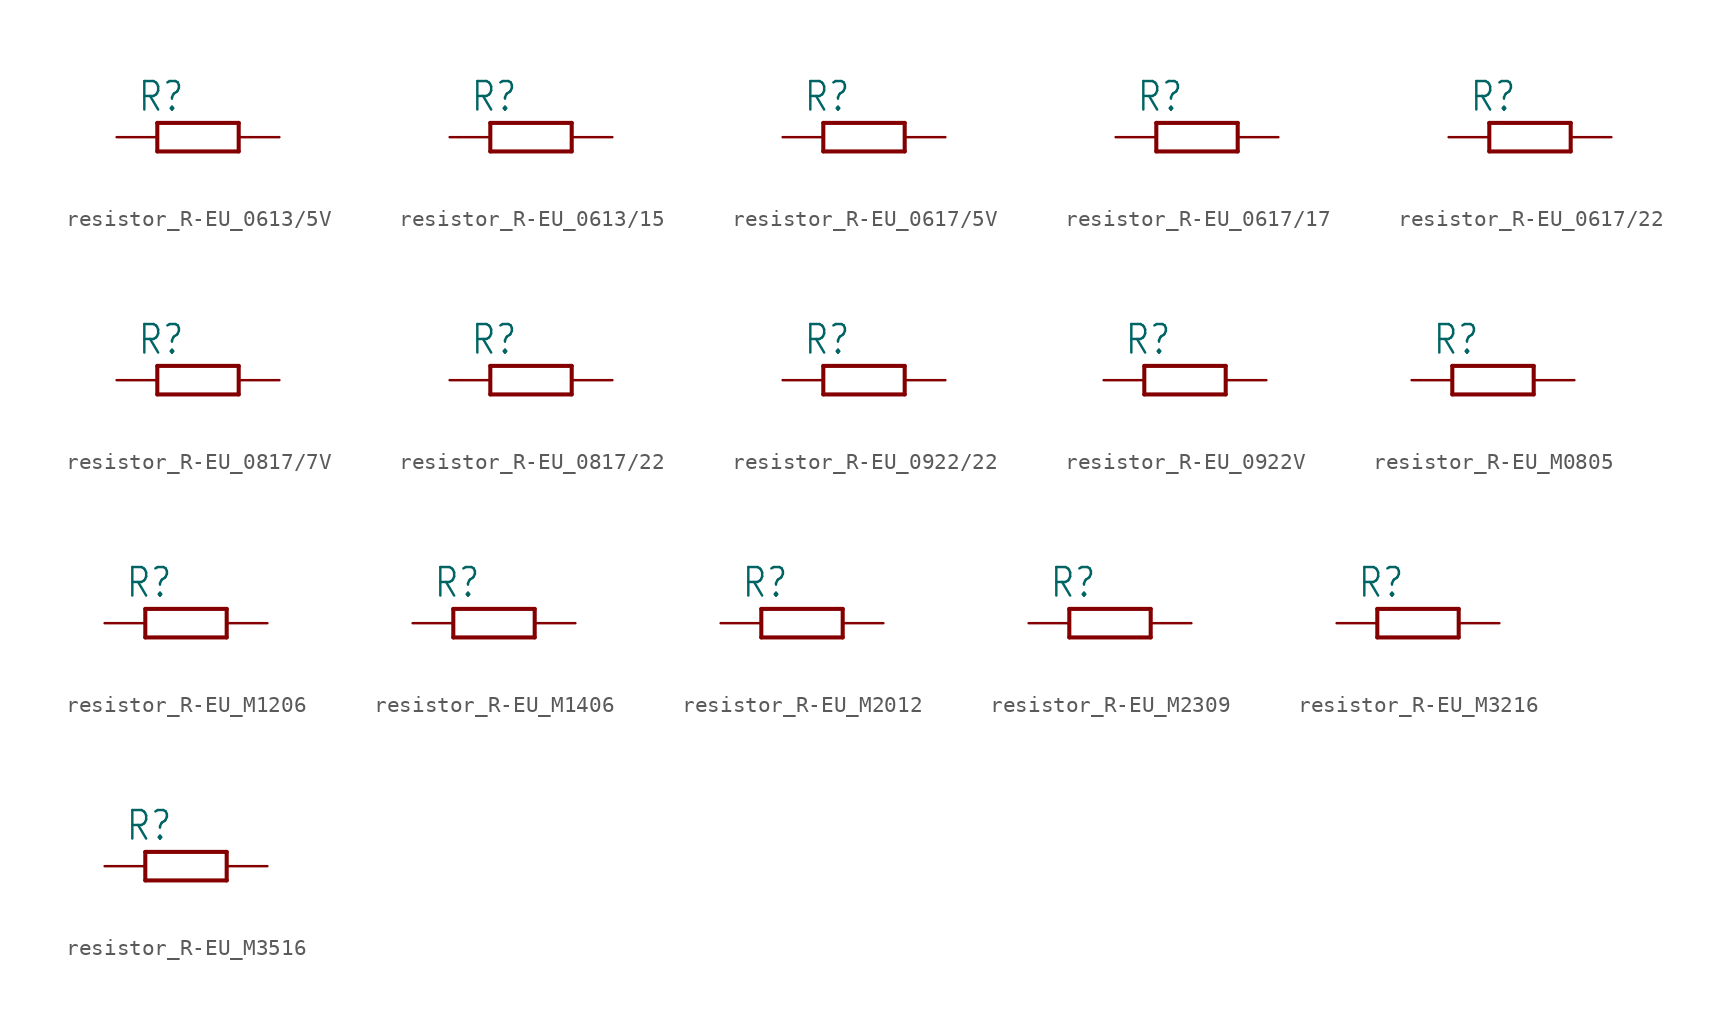
<source format=kicad_sym>
(kicad_symbol_lib
  (version 20241209)
  (generator "kicad_symbol_editor")
  (generator_version "9.0")
  (symbol "resistor_R-EU_0613/5V"
    (property "Reference" "R"
      (at -3.81 1.499 0)
      (effects (font (size 1.778 1.511)) (justify left bottom)))
    (property "Value" ""
      (at -3.81 -3.302 0)
      (effects (font (size 1.778 1.511)) (justify left bottom)))
    (property "ki_locked" ""
      (at 0 0 0)
      (effects (font (size 1.27 1.27))))
    (symbol "resistor_R-EU_0613/5V_1_0"
      (polyline (pts (xy -2.54 -0.889) (xy -2.54 0.889)) (stroke (width 0.254) (type solid)) (fill (type none)))
      (polyline (pts (xy -2.54 -0.889) (xy 2.54 -0.889)) (stroke (width 0.254) (type solid)) (fill (type none)))
      (polyline (pts (xy 2.54 0.889) (xy -2.54 0.889)) (stroke (width 0.254) (type solid)) (fill (type none)))
      (polyline (pts (xy 2.54 -0.889) (xy 2.54 0.889)) (stroke (width 0.254) (type solid)) (fill (type none)))
      (pin passive line (at -5.08 0 0) (length 2.54) (name "1" (effects (font (size 0 0)))) (number "1" (effects (font (size 0 0)))))
      (pin passive line (at 5.08 0 180) (length 2.54) (name "2" (effects (font (size 0 0)))) (number "2" (effects (font (size 0 0)))))))
  (symbol "resistor_R-EU_0613/15"
    (property "Reference" "R"
      (at -3.81 1.499 0)
      (effects (font (size 1.778 1.511)) (justify left bottom)))
    (property "Value" ""
      (at -3.81 -3.302 0)
      (effects (font (size 1.778 1.511)) (justify left bottom)))
    (property "ki_locked" ""
      (at 0 0 0)
      (effects (font (size 1.27 1.27))))
    (symbol "resistor_R-EU_0613/15_1_0"
      (polyline (pts (xy -2.54 -0.889) (xy -2.54 0.889)) (stroke (width 0.254) (type solid)) (fill (type none)))
      (polyline (pts (xy -2.54 -0.889) (xy 2.54 -0.889)) (stroke (width 0.254) (type solid)) (fill (type none)))
      (polyline (pts (xy 2.54 0.889) (xy -2.54 0.889)) (stroke (width 0.254) (type solid)) (fill (type none)))
      (polyline (pts (xy 2.54 -0.889) (xy 2.54 0.889)) (stroke (width 0.254) (type solid)) (fill (type none)))
      (pin passive line (at -5.08 0 0) (length 2.54) (name "1" (effects (font (size 0 0)))) (number "1" (effects (font (size 0 0)))))
      (pin passive line (at 5.08 0 180) (length 2.54) (name "2" (effects (font (size 0 0)))) (number "2" (effects (font (size 0 0)))))))
  (symbol "resistor_R-EU_0617/5V"
    (property "Reference" "R"
      (at -3.81 1.499 0)
      (effects (font (size 1.778 1.511)) (justify left bottom)))
    (property "Value" ""
      (at -3.81 -3.302 0)
      (effects (font (size 1.778 1.511)) (justify left bottom)))
    (property "ki_locked" ""
      (at 0 0 0)
      (effects (font (size 1.27 1.27))))
    (symbol "resistor_R-EU_0617/5V_1_0"
      (polyline (pts (xy -2.54 -0.889) (xy -2.54 0.889)) (stroke (width 0.254) (type solid)) (fill (type none)))
      (polyline (pts (xy -2.54 -0.889) (xy 2.54 -0.889)) (stroke (width 0.254) (type solid)) (fill (type none)))
      (polyline (pts (xy 2.54 0.889) (xy -2.54 0.889)) (stroke (width 0.254) (type solid)) (fill (type none)))
      (polyline (pts (xy 2.54 -0.889) (xy 2.54 0.889)) (stroke (width 0.254) (type solid)) (fill (type none)))
      (pin passive line (at -5.08 0 0) (length 2.54) (name "1" (effects (font (size 0 0)))) (number "1" (effects (font (size 0 0)))))
      (pin passive line (at 5.08 0 180) (length 2.54) (name "2" (effects (font (size 0 0)))) (number "2" (effects (font (size 0 0)))))))
  (symbol "resistor_R-EU_0617/17"
    (property "Reference" "R"
      (at -3.81 1.499 0)
      (effects (font (size 1.778 1.511)) (justify left bottom)))
    (property "Value" ""
      (at -3.81 -3.302 0)
      (effects (font (size 1.778 1.511)) (justify left bottom)))
    (property "ki_locked" ""
      (at 0 0 0)
      (effects (font (size 1.27 1.27))))
    (symbol "resistor_R-EU_0617/17_1_0"
      (polyline (pts (xy -2.54 -0.889) (xy -2.54 0.889)) (stroke (width 0.254) (type solid)) (fill (type none)))
      (polyline (pts (xy -2.54 -0.889) (xy 2.54 -0.889)) (stroke (width 0.254) (type solid)) (fill (type none)))
      (polyline (pts (xy 2.54 0.889) (xy -2.54 0.889)) (stroke (width 0.254) (type solid)) (fill (type none)))
      (polyline (pts (xy 2.54 -0.889) (xy 2.54 0.889)) (stroke (width 0.254) (type solid)) (fill (type none)))
      (pin passive line (at -5.08 0 0) (length 2.54) (name "1" (effects (font (size 0 0)))) (number "1" (effects (font (size 0 0)))))
      (pin passive line (at 5.08 0 180) (length 2.54) (name "2" (effects (font (size 0 0)))) (number "2" (effects (font (size 0 0)))))))
  (symbol "resistor_R-EU_0617/22"
    (property "Reference" "R"
      (at -3.81 1.499 0)
      (effects (font (size 1.778 1.511)) (justify left bottom)))
    (property "Value" ""
      (at -3.81 -3.302 0)
      (effects (font (size 1.778 1.511)) (justify left bottom)))
    (property "ki_locked" ""
      (at 0 0 0)
      (effects (font (size 1.27 1.27))))
    (symbol "resistor_R-EU_0617/22_1_0"
      (polyline (pts (xy -2.54 -0.889) (xy -2.54 0.889)) (stroke (width 0.254) (type solid)) (fill (type none)))
      (polyline (pts (xy -2.54 -0.889) (xy 2.54 -0.889)) (stroke (width 0.254) (type solid)) (fill (type none)))
      (polyline (pts (xy 2.54 0.889) (xy -2.54 0.889)) (stroke (width 0.254) (type solid)) (fill (type none)))
      (polyline (pts (xy 2.54 -0.889) (xy 2.54 0.889)) (stroke (width 0.254) (type solid)) (fill (type none)))
      (pin passive line (at -5.08 0 0) (length 2.54) (name "1" (effects (font (size 0 0)))) (number "1" (effects (font (size 0 0)))))
      (pin passive line (at 5.08 0 180) (length 2.54) (name "2" (effects (font (size 0 0)))) (number "2" (effects (font (size 0 0)))))))
  (symbol "resistor_R-EU_0817/7V"
    (property "Reference" "R"
      (at -3.81 1.499 0)
      (effects (font (size 1.778 1.511)) (justify left bottom)))
    (property "Value" ""
      (at -3.81 -3.302 0)
      (effects (font (size 1.778 1.511)) (justify left bottom)))
    (property "ki_locked" ""
      (at 0 0 0)
      (effects (font (size 1.27 1.27))))
    (symbol "resistor_R-EU_0817/7V_1_0"
      (polyline (pts (xy -2.54 -0.889) (xy -2.54 0.889)) (stroke (width 0.254) (type solid)) (fill (type none)))
      (polyline (pts (xy -2.54 -0.889) (xy 2.54 -0.889)) (stroke (width 0.254) (type solid)) (fill (type none)))
      (polyline (pts (xy 2.54 0.889) (xy -2.54 0.889)) (stroke (width 0.254) (type solid)) (fill (type none)))
      (polyline (pts (xy 2.54 -0.889) (xy 2.54 0.889)) (stroke (width 0.254) (type solid)) (fill (type none)))
      (pin passive line (at -5.08 0 0) (length 2.54) (name "1" (effects (font (size 0 0)))) (number "1" (effects (font (size 0 0)))))
      (pin passive line (at 5.08 0 180) (length 2.54) (name "2" (effects (font (size 0 0)))) (number "2" (effects (font (size 0 0)))))))
  (symbol "resistor_R-EU_0817/22"
    (property "Reference" "R"
      (at -3.81 1.499 0)
      (effects (font (size 1.778 1.511)) (justify left bottom)))
    (property "Value" ""
      (at -3.81 -3.302 0)
      (effects (font (size 1.778 1.511)) (justify left bottom)))
    (property "ki_locked" ""
      (at 0 0 0)
      (effects (font (size 1.27 1.27))))
    (symbol "resistor_R-EU_0817/22_1_0"
      (polyline (pts (xy -2.54 -0.889) (xy -2.54 0.889)) (stroke (width 0.254) (type solid)) (fill (type none)))
      (polyline (pts (xy -2.54 -0.889) (xy 2.54 -0.889)) (stroke (width 0.254) (type solid)) (fill (type none)))
      (polyline (pts (xy 2.54 0.889) (xy -2.54 0.889)) (stroke (width 0.254) (type solid)) (fill (type none)))
      (polyline (pts (xy 2.54 -0.889) (xy 2.54 0.889)) (stroke (width 0.254) (type solid)) (fill (type none)))
      (pin passive line (at -5.08 0 0) (length 2.54) (name "1" (effects (font (size 0 0)))) (number "1" (effects (font (size 0 0)))))
      (pin passive line (at 5.08 0 180) (length 2.54) (name "2" (effects (font (size 0 0)))) (number "2" (effects (font (size 0 0)))))))
  (symbol "resistor_R-EU_0922/22"
    (property "Reference" "R"
      (at -3.81 1.499 0)
      (effects (font (size 1.778 1.511)) (justify left bottom)))
    (property "Value" ""
      (at -3.81 -3.302 0)
      (effects (font (size 1.778 1.511)) (justify left bottom)))
    (property "ki_locked" ""
      (at 0 0 0)
      (effects (font (size 1.27 1.27))))
    (symbol "resistor_R-EU_0922/22_1_0"
      (polyline (pts (xy -2.54 -0.889) (xy -2.54 0.889)) (stroke (width 0.254) (type solid)) (fill (type none)))
      (polyline (pts (xy -2.54 -0.889) (xy 2.54 -0.889)) (stroke (width 0.254) (type solid)) (fill (type none)))
      (polyline (pts (xy 2.54 0.889) (xy -2.54 0.889)) (stroke (width 0.254) (type solid)) (fill (type none)))
      (polyline (pts (xy 2.54 -0.889) (xy 2.54 0.889)) (stroke (width 0.254) (type solid)) (fill (type none)))
      (pin passive line (at -5.08 0 0) (length 2.54) (name "1" (effects (font (size 0 0)))) (number "1" (effects (font (size 0 0)))))
      (pin passive line (at 5.08 0 180) (length 2.54) (name "2" (effects (font (size 0 0)))) (number "2" (effects (font (size 0 0)))))))
  (symbol "resistor_R-EU_0922V"
    (property "Reference" "R"
      (at -3.81 1.499 0)
      (effects (font (size 1.778 1.511)) (justify left bottom)))
    (property "Value" ""
      (at -3.81 -3.302 0)
      (effects (font (size 1.778 1.511)) (justify left bottom)))
    (property "ki_locked" ""
      (at 0 0 0)
      (effects (font (size 1.27 1.27))))
    (symbol "resistor_R-EU_0922V_1_0"
      (polyline (pts (xy -2.54 -0.889) (xy -2.54 0.889)) (stroke (width 0.254) (type solid)) (fill (type none)))
      (polyline (pts (xy -2.54 -0.889) (xy 2.54 -0.889)) (stroke (width 0.254) (type solid)) (fill (type none)))
      (polyline (pts (xy 2.54 0.889) (xy -2.54 0.889)) (stroke (width 0.254) (type solid)) (fill (type none)))
      (polyline (pts (xy 2.54 -0.889) (xy 2.54 0.889)) (stroke (width 0.254) (type solid)) (fill (type none)))
      (pin passive line (at -5.08 0 0) (length 2.54) (name "1" (effects (font (size 0 0)))) (number "1" (effects (font (size 0 0)))))
      (pin passive line (at 5.08 0 180) (length 2.54) (name "2" (effects (font (size 0 0)))) (number "2" (effects (font (size 0 0)))))))
  (symbol "resistor_R-EU_M0805"
    (property "Reference" "R"
      (at -3.81 1.499 0)
      (effects (font (size 1.778 1.511)) (justify left bottom)))
    (property "Value" ""
      (at -3.81 -3.302 0)
      (effects (font (size 1.778 1.511)) (justify left bottom)))
    (property "ki_locked" ""
      (at 0 0 0)
      (effects (font (size 1.27 1.27))))
    (symbol "resistor_R-EU_M0805_1_0"
      (polyline (pts (xy -2.54 -0.889) (xy -2.54 0.889)) (stroke (width 0.254) (type solid)) (fill (type none)))
      (polyline (pts (xy -2.54 -0.889) (xy 2.54 -0.889)) (stroke (width 0.254) (type solid)) (fill (type none)))
      (polyline (pts (xy 2.54 0.889) (xy -2.54 0.889)) (stroke (width 0.254) (type solid)) (fill (type none)))
      (polyline (pts (xy 2.54 -0.889) (xy 2.54 0.889)) (stroke (width 0.254) (type solid)) (fill (type none)))
      (pin passive line (at -5.08 0 0) (length 2.54) (name "1" (effects (font (size 0 0)))) (number "1" (effects (font (size 0 0)))))
      (pin passive line (at 5.08 0 180) (length 2.54) (name "2" (effects (font (size 0 0)))) (number "2" (effects (font (size 0 0)))))))
  (symbol "resistor_R-EU_M1206"
    (property "Reference" "R"
      (at -3.81 1.499 0)
      (effects (font (size 1.778 1.511)) (justify left bottom)))
    (property "Value" ""
      (at -3.81 -3.302 0)
      (effects (font (size 1.778 1.511)) (justify left bottom)))
    (property "ki_locked" ""
      (at 0 0 0)
      (effects (font (size 1.27 1.27))))
    (symbol "resistor_R-EU_M1206_1_0"
      (polyline (pts (xy -2.54 -0.889) (xy -2.54 0.889)) (stroke (width 0.254) (type solid)) (fill (type none)))
      (polyline (pts (xy -2.54 -0.889) (xy 2.54 -0.889)) (stroke (width 0.254) (type solid)) (fill (type none)))
      (polyline (pts (xy 2.54 0.889) (xy -2.54 0.889)) (stroke (width 0.254) (type solid)) (fill (type none)))
      (polyline (pts (xy 2.54 -0.889) (xy 2.54 0.889)) (stroke (width 0.254) (type solid)) (fill (type none)))
      (pin passive line (at -5.08 0 0) (length 2.54) (name "1" (effects (font (size 0 0)))) (number "1" (effects (font (size 0 0)))))
      (pin passive line (at 5.08 0 180) (length 2.54) (name "2" (effects (font (size 0 0)))) (number "2" (effects (font (size 0 0)))))))
  (symbol "resistor_R-EU_M1406"
    (property "Reference" "R"
      (at -3.81 1.499 0)
      (effects (font (size 1.778 1.511)) (justify left bottom)))
    (property "Value" ""
      (at -3.81 -3.302 0)
      (effects (font (size 1.778 1.511)) (justify left bottom)))
    (property "ki_locked" ""
      (at 0 0 0)
      (effects (font (size 1.27 1.27))))
    (symbol "resistor_R-EU_M1406_1_0"
      (polyline (pts (xy -2.54 -0.889) (xy -2.54 0.889)) (stroke (width 0.254) (type solid)) (fill (type none)))
      (polyline (pts (xy -2.54 -0.889) (xy 2.54 -0.889)) (stroke (width 0.254) (type solid)) (fill (type none)))
      (polyline (pts (xy 2.54 0.889) (xy -2.54 0.889)) (stroke (width 0.254) (type solid)) (fill (type none)))
      (polyline (pts (xy 2.54 -0.889) (xy 2.54 0.889)) (stroke (width 0.254) (type solid)) (fill (type none)))
      (pin passive line (at -5.08 0 0) (length 2.54) (name "1" (effects (font (size 0 0)))) (number "1" (effects (font (size 0 0)))))
      (pin passive line (at 5.08 0 180) (length 2.54) (name "2" (effects (font (size 0 0)))) (number "2" (effects (font (size 0 0)))))))
  (symbol "resistor_R-EU_M2012"
    (property "Reference" "R"
      (at -3.81 1.499 0)
      (effects (font (size 1.778 1.511)) (justify left bottom)))
    (property "Value" ""
      (at -3.81 -3.302 0)
      (effects (font (size 1.778 1.511)) (justify left bottom)))
    (property "ki_locked" ""
      (at 0 0 0)
      (effects (font (size 1.27 1.27))))
    (symbol "resistor_R-EU_M2012_1_0"
      (polyline (pts (xy -2.54 -0.889) (xy -2.54 0.889)) (stroke (width 0.254) (type solid)) (fill (type none)))
      (polyline (pts (xy -2.54 -0.889) (xy 2.54 -0.889)) (stroke (width 0.254) (type solid)) (fill (type none)))
      (polyline (pts (xy 2.54 0.889) (xy -2.54 0.889)) (stroke (width 0.254) (type solid)) (fill (type none)))
      (polyline (pts (xy 2.54 -0.889) (xy 2.54 0.889)) (stroke (width 0.254) (type solid)) (fill (type none)))
      (pin passive line (at -5.08 0 0) (length 2.54) (name "1" (effects (font (size 0 0)))) (number "1" (effects (font (size 0 0)))))
      (pin passive line (at 5.08 0 180) (length 2.54) (name "2" (effects (font (size 0 0)))) (number "2" (effects (font (size 0 0)))))))
  (symbol "resistor_R-EU_M2309"
    (property "Reference" "R"
      (at -3.81 1.499 0)
      (effects (font (size 1.778 1.511)) (justify left bottom)))
    (property "Value" ""
      (at -3.81 -3.302 0)
      (effects (font (size 1.778 1.511)) (justify left bottom)))
    (property "ki_locked" ""
      (at 0 0 0)
      (effects (font (size 1.27 1.27))))
    (symbol "resistor_R-EU_M2309_1_0"
      (polyline (pts (xy -2.54 -0.889) (xy -2.54 0.889)) (stroke (width 0.254) (type solid)) (fill (type none)))
      (polyline (pts (xy -2.54 -0.889) (xy 2.54 -0.889)) (stroke (width 0.254) (type solid)) (fill (type none)))
      (polyline (pts (xy 2.54 0.889) (xy -2.54 0.889)) (stroke (width 0.254) (type solid)) (fill (type none)))
      (polyline (pts (xy 2.54 -0.889) (xy 2.54 0.889)) (stroke (width 0.254) (type solid)) (fill (type none)))
      (pin passive line (at -5.08 0 0) (length 2.54) (name "1" (effects (font (size 0 0)))) (number "1" (effects (font (size 0 0)))))
      (pin passive line (at 5.08 0 180) (length 2.54) (name "2" (effects (font (size 0 0)))) (number "2" (effects (font (size 0 0)))))))
  (symbol "resistor_R-EU_M3216"
    (property "Reference" "R"
      (at -3.81 1.499 0)
      (effects (font (size 1.778 1.511)) (justify left bottom)))
    (property "Value" ""
      (at -3.81 -3.302 0)
      (effects (font (size 1.778 1.511)) (justify left bottom)))
    (property "ki_locked" ""
      (at 0 0 0)
      (effects (font (size 1.27 1.27))))
    (symbol "resistor_R-EU_M3216_1_0"
      (polyline (pts (xy -2.54 -0.889) (xy -2.54 0.889)) (stroke (width 0.254) (type solid)) (fill (type none)))
      (polyline (pts (xy -2.54 -0.889) (xy 2.54 -0.889)) (stroke (width 0.254) (type solid)) (fill (type none)))
      (polyline (pts (xy 2.54 0.889) (xy -2.54 0.889)) (stroke (width 0.254) (type solid)) (fill (type none)))
      (polyline (pts (xy 2.54 -0.889) (xy 2.54 0.889)) (stroke (width 0.254) (type solid)) (fill (type none)))
      (pin passive line (at -5.08 0 0) (length 2.54) (name "1" (effects (font (size 0 0)))) (number "1" (effects (font (size 0 0)))))
      (pin passive line (at 5.08 0 180) (length 2.54) (name "2" (effects (font (size 0 0)))) (number "2" (effects (font (size 0 0)))))))
  (symbol "resistor_R-EU_M3516"
    (property "Reference" "R"
      (at -3.81 1.499 0)
      (effects (font (size 1.778 1.511)) (justify left bottom)))
    (property "Value" ""
      (at -3.81 -3.302 0)
      (effects (font (size 1.778 1.511)) (justify left bottom)))
    (property "ki_locked" ""
      (at 0 0 0)
      (effects (font (size 1.27 1.27))))
    (symbol "resistor_R-EU_M3516_1_0"
      (polyline (pts (xy -2.54 -0.889) (xy -2.54 0.889)) (stroke (width 0.254) (type solid)) (fill (type none)))
      (polyline (pts (xy -2.54 -0.889) (xy 2.54 -0.889)) (stroke (width 0.254) (type solid)) (fill (type none)))
      (polyline (pts (xy 2.54 0.889) (xy -2.54 0.889)) (stroke (width 0.254) (type solid)) (fill (type none)))
      (polyline (pts (xy 2.54 -0.889) (xy 2.54 0.889)) (stroke (width 0.254) (type solid)) (fill (type none)))
      (pin passive line (at -5.08 0 0) (length 2.54) (name "1" (effects (font (size 0 0)))) (number "1" (effects (font (size 0 0)))))
      (pin passive line (at 5.08 0 180) (length 2.54) (name "2" (effects (font (size 0 0)))) (number "2" (effects (font (size 0 0))))))))
</source>
